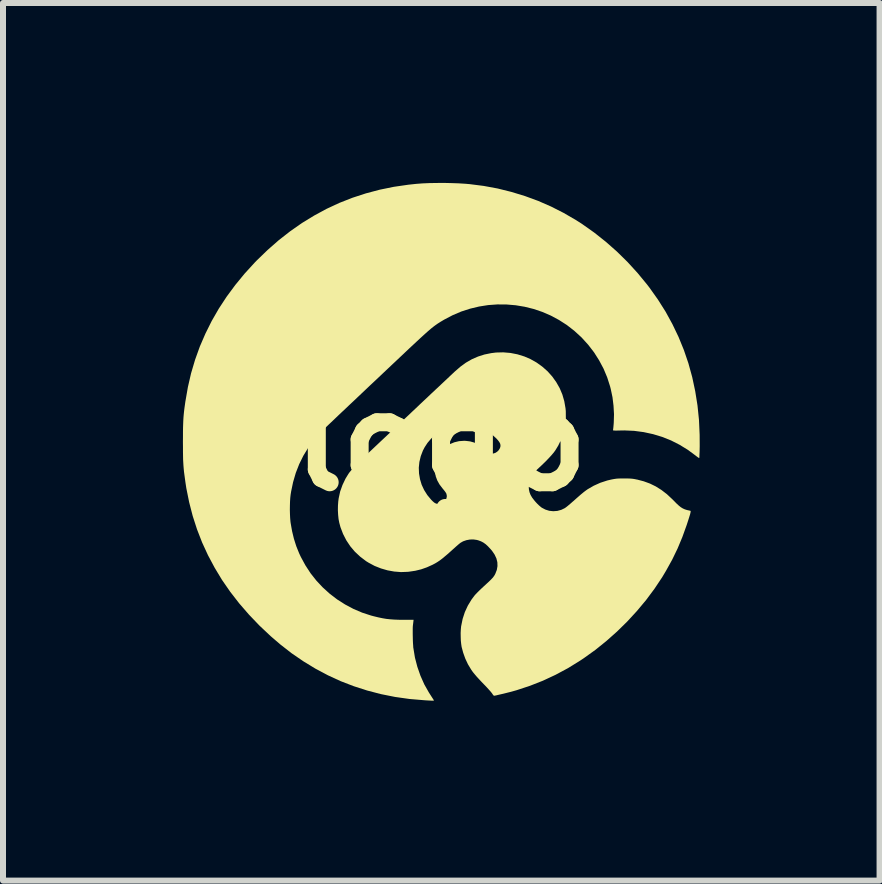
<source format=kicad_pcb>
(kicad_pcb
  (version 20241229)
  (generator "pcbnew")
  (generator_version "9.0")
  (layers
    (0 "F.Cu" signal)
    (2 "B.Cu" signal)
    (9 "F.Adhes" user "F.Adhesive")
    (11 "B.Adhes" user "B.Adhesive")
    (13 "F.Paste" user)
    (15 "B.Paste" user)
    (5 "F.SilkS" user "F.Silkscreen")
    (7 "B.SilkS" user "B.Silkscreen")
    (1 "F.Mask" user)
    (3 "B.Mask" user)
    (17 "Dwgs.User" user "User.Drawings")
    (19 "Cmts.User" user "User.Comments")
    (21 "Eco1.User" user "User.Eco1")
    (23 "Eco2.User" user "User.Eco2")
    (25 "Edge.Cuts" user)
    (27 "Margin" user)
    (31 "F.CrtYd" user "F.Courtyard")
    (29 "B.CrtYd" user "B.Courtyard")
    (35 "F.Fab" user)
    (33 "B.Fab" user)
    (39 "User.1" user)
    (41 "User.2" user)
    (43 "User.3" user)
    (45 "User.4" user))
  (footprint "logo"
    (layer "F.Cu")
    (at 4.304 4.313)
    (property "Reference" "logo" (at 0 0 0) (layer "F.SilkS") (effects (font (size 1.5 1.5) (thickness 0.3))))
    (attr board_only exclude_from_pos_files exclude_from_bom)
    (fp_poly (pts (xy 0.172 -4.31) (xy 0.292 -4.306) (xy 0.405 -4.299) (xy 0.475 -4.293) (xy 0.711 -4.263) (xy 0.944 -4.22) (xy 1.173 -4.163) (xy 1.399 -4.094) (xy 1.62 -4.013) (xy 1.835 -3.919) (xy 2.044 -3.813) (xy 2.247 -3.695) (xy 2.355 -3.626) (xy 2.554 -3.485) (xy 2.747 -3.332) (xy 2.933 -3.168) (xy 3.11 -2.994) (xy 3.278 -2.81) (xy 3.436 -2.618) (xy 3.478 -2.563) (xy 3.617 -2.367) (xy 3.744 -2.166) (xy 3.858 -1.958) (xy 3.96 -1.745) (xy 4.049 -1.527) (xy 4.125 -1.304) (xy 4.188 -1.075) (xy 4.238 -0.841) (xy 4.276 -0.603) (xy 4.301 -0.36) (xy 4.312 -0.112) (xy 4.313 0.075) (xy 4.312 0.125) (xy 4.311 0.172) (xy 4.309 0.211) (xy 4.308 0.243) (xy 4.307 0.265) (xy 4.305 0.275) (xy 4.305 0.275) (xy 4.299 0.273) (xy 4.284 0.263) (xy 4.263 0.248) (xy 4.244 0.233) (xy 4.114 0.137) (xy 3.977 0.053) (xy 3.835 -0.019) (xy 3.687 -0.078) (xy 3.535 -0.124) (xy 3.378 -0.158) (xy 3.219 -0.179) (xy 3.057 -0.186) (xy 2.998 -0.185) (xy 2.951 -0.184) (xy 2.917 -0.183) (xy 2.893 -0.184) (xy 2.878 -0.185) (xy 2.87 -0.187) (xy 2.867 -0.19) (xy 2.868 -0.192) (xy 2.869 -0.202) (xy 2.872 -0.224) (xy 2.875 -0.254) (xy 2.878 -0.29) (xy 2.88 -0.319) (xy 2.884 -0.456) (xy 2.876 -0.597) (xy 2.859 -0.738) (xy 2.83 -0.876) (xy 2.819 -0.919) (xy 2.771 -1.069) (xy 2.71 -1.215) (xy 2.636 -1.354) (xy 2.551 -1.488) (xy 2.454 -1.614) (xy 2.346 -1.733) (xy 2.338 -1.741) (xy 2.221 -1.848) (xy 2.097 -1.944) (xy 1.966 -2.028) (xy 1.83 -2.101) (xy 1.689 -2.162) (xy 1.544 -2.211) (xy 1.395 -2.248) (xy 1.245 -2.273) (xy 1.092 -2.286) (xy 0.939 -2.287) (xy 0.786 -2.276) (xy 0.634 -2.252) (xy 0.484 -2.216) (xy 0.336 -2.168) (xy 0.191 -2.106) (xy 0.05 -2.032) (xy 0.02 -2.014) (xy -0.007 -1.998) (xy -0.032 -1.982) (xy -0.056 -1.967) (xy -0.08 -1.95) (xy -0.104 -1.933) (xy -0.129 -1.914) (xy -0.156 -1.893) (xy -0.185 -1.868) (xy -0.218 -1.84) (xy -0.255 -1.807) (xy -0.297 -1.769) (xy -0.344 -1.726) (xy -0.398 -1.676) (xy -0.458 -1.62) (xy -0.527 -1.556) (xy -0.604 -1.483) (xy -0.69 -1.402) (xy -0.696 -1.396) (xy -0.831 -1.269) (xy -0.957 -1.15) (xy -1.073 -1.04) (xy -1.181 -0.939) (xy -1.28 -0.845) (xy -1.37 -0.76) (xy -1.453 -0.681) (xy -1.529 -0.61) (xy -1.597 -0.545) (xy -1.659 -0.487) (xy -1.714 -0.435) (xy -1.763 -0.388) (xy -1.807 -0.346) (xy -1.846 -0.309) (xy -1.88 -0.277) (xy -1.909 -0.249) (xy -1.935 -0.224) (xy -1.956 -0.203) (xy -1.975 -0.185) (xy -1.99 -0.17) (xy -2.003 -0.157) (xy -2.014 -0.146) (xy -2.022 -0.138) (xy -2.124 -0.022) (xy -2.215 0.103) (xy -2.296 0.236) (xy -2.365 0.376) (xy -2.422 0.522) (xy -2.467 0.676) (xy -2.5 0.834) (xy -2.508 0.884) (xy -2.514 0.937) (xy -2.518 0.999) (xy -2.52 1.068) (xy -2.521 1.139) (xy -2.519 1.21) (xy -2.516 1.275) (xy -2.511 1.333) (xy -2.508 1.356) (xy -2.484 1.493) (xy -2.453 1.621) (xy -2.414 1.744) (xy -2.366 1.863) (xy -2.337 1.925) (xy -2.262 2.063) (xy -2.176 2.195) (xy -2.079 2.318) (xy -1.972 2.432) (xy -1.856 2.537) (xy -1.732 2.632) (xy -1.6 2.716) (xy -1.461 2.79) (xy -1.316 2.852) (xy -1.166 2.901) (xy -1.12 2.913) (xy -1.046 2.931) (xy -0.979 2.945) (xy -0.915 2.956) (xy -0.851 2.963) (xy -0.783 2.968) (xy -0.708 2.971) (xy -0.636 2.972) (xy -0.458 2.972) (xy -0.462 3.007) (xy -0.465 3.032) (xy -0.468 3.056) (xy -0.469 3.064) (xy -0.471 3.086) (xy -0.472 3.119) (xy -0.472 3.161) (xy -0.472 3.209) (xy -0.471 3.259) (xy -0.47 3.31) (xy -0.468 3.358) (xy -0.465 3.4) (xy -0.463 3.435) (xy -0.461 3.445) (xy -0.435 3.603) (xy -0.395 3.756) (xy -0.343 3.905) (xy -0.279 4.049) (xy -0.202 4.185) (xy -0.173 4.23) (xy -0.154 4.26) (xy -0.137 4.286) (xy -0.125 4.305) (xy -0.119 4.316) (xy -0.118 4.317) (xy -0.121 4.319) (xy -0.131 4.32) (xy -0.149 4.32) (xy -0.176 4.319) (xy -0.214 4.317) (xy -0.265 4.314) (xy -0.277 4.313) (xy -0.525 4.292) (xy -0.766 4.258) (xy -1.001 4.211) (xy -1.231 4.151) (xy -1.455 4.079) (xy -1.673 3.995) (xy -1.886 3.897) (xy -2.093 3.787) (xy -2.295 3.664) (xy -2.492 3.529) (xy -2.683 3.38) (xy -2.84 3.245) (xy -3.028 3.068) (xy -3.203 2.885) (xy -3.366 2.697) (xy -3.515 2.505) (xy -3.652 2.307) (xy -3.775 2.103) (xy -3.886 1.895) (xy -3.984 1.682) (xy -4.069 1.463) (xy -4.141 1.24) (xy -4.2 1.011) (xy -4.247 0.778) (xy -4.262 0.68) (xy -4.271 0.614) (xy -4.279 0.555) (xy -4.286 0.502) (xy -4.291 0.451) (xy -4.295 0.401) (xy -4.298 0.351) (xy -4.301 0.297) (xy -4.302 0.237) (xy -4.303 0.17) (xy -4.303 0.094) (xy -4.304 0.006) (xy -4.304 -0.000001) (xy -4.303 -0.089) (xy -4.303 -0.166) (xy -4.302 -0.233) (xy -4.3 -0.292) (xy -4.298 -0.346) (xy -4.295 -0.397) (xy -4.291 -0.446) (xy -4.286 -0.495) (xy -4.28 -0.547) (xy -4.272 -0.604) (xy -4.263 -0.668) (xy -4.262 -0.673) (xy -4.221 -0.909) (xy -4.168 -1.139) (xy -4.101 -1.365) (xy -4.022 -1.585) (xy -3.929 -1.8) (xy -3.824 -2.011) (xy -3.706 -2.216) (xy -3.575 -2.416) (xy -3.431 -2.611) (xy -3.275 -2.801) (xy -3.105 -2.987) (xy -3.073 -3.02) (xy -2.892 -3.195) (xy -2.706 -3.358) (xy -2.514 -3.508) (xy -2.318 -3.645) (xy -2.115 -3.769) (xy -1.908 -3.881) (xy -1.695 -3.98) (xy -1.476 -4.066) (xy -1.252 -4.139) (xy -1.022 -4.2) (xy -0.787 -4.248) (xy -0.546 -4.283) (xy -0.416 -4.297) (xy -0.312 -4.305) (xy -0.197 -4.31) (xy -0.076 -4.312) (xy 0.048 -4.313)) (stroke (width 0) (type solid)) (fill yes) (layer "F.SilkS"))
    (fp_poly (pts (xy 1.156 -1.478) (xy 1.274 -1.455) (xy 1.39 -1.419) (xy 1.488 -1.377) (xy 1.593 -1.318) (xy 1.689 -1.249) (xy 1.777 -1.171) (xy 1.854 -1.085) (xy 1.921 -0.991) (xy 1.978 -0.891) (xy 2.023 -0.784) (xy 2.055 -0.673) (xy 2.075 -0.558) (xy 2.08 -0.51) (xy 2.081 -0.387) (xy 2.07 -0.268) (xy 2.045 -0.153) (xy 2.006 -0.041) (xy 1.954 0.067) (xy 1.906 0.146) (xy 1.879 0.183) (xy 1.841 0.228) (xy 1.794 0.279) (xy 1.74 0.335) (xy 1.678 0.395) (xy 1.61 0.458) (xy 1.602 0.466) (xy 1.553 0.514) (xy 1.516 0.56) (xy 1.489 0.605) (xy 1.472 0.653) (xy 1.464 0.704) (xy 1.462 0.746) (xy 1.465 0.797) (xy 1.475 0.844) (xy 1.492 0.888) (xy 1.518 0.933) (xy 1.555 0.981) (xy 1.577 1.007) (xy 1.604 1.036) (xy 1.633 1.064) (xy 1.66 1.087) (xy 1.679 1.102) (xy 1.74 1.134) (xy 1.804 1.154) (xy 1.871 1.161) (xy 1.939 1.156) (xy 2.005 1.138) (xy 2.061 1.111) (xy 2.076 1.101) (xy 2.1 1.083) (xy 2.129 1.059) (xy 2.162 1.031) (xy 2.197 1) (xy 2.207 0.992) (xy 2.256 0.948) (xy 2.296 0.913) (xy 2.329 0.884) (xy 2.357 0.861) (xy 2.38 0.842) (xy 2.401 0.826) (xy 2.42 0.812) (xy 2.44 0.798) (xy 2.444 0.795) (xy 2.546 0.736) (xy 2.655 0.687) (xy 2.771 0.649) (xy 2.834 0.634) (xy 2.869 0.627) (xy 2.899 0.622) (xy 2.928 0.618) (xy 2.96 0.616) (xy 2.997 0.615) (xy 3.045 0.615) (xy 3.052 0.615) (xy 3.101 0.615) (xy 3.14 0.616) (xy 3.172 0.618) (xy 3.201 0.621) (xy 3.231 0.626) (xy 3.265 0.633) (xy 3.268 0.633) (xy 3.379 0.662) (xy 3.483 0.7) (xy 3.581 0.748) (xy 3.675 0.807) (xy 3.766 0.877) (xy 3.856 0.961) (xy 3.882 0.987) (xy 3.926 1.032) (xy 3.965 1.068) (xy 3.999 1.095) (xy 4.032 1.115) (xy 4.065 1.13) (xy 4.1 1.141) (xy 4.113 1.144) (xy 4.136 1.149) (xy 4.153 1.153) (xy 4.16 1.155) (xy 4.162 1.159) (xy 4.162 1.169) (xy 4.159 1.186) (xy 4.153 1.212) (xy 4.142 1.247) (xy 4.128 1.292) (xy 4.11 1.348) (xy 4.096 1.391) (xy 4.024 1.591) (xy 3.944 1.783) (xy 3.854 1.969) (xy 3.752 2.153) (xy 3.687 2.262) (xy 3.559 2.454) (xy 3.419 2.642) (xy 3.267 2.824) (xy 3.105 3) (xy 2.935 3.167) (xy 2.756 3.326) (xy 2.571 3.475) (xy 2.38 3.612) (xy 2.32 3.652) (xy 2.118 3.777) (xy 1.911 3.888) (xy 1.699 3.987) (xy 1.483 4.072) (xy 1.262 4.145) (xy 1.167 4.172) (xy 1.126 4.182) (xy 1.083 4.193) (xy 1.039 4.204) (xy 0.995 4.214) (xy 0.956 4.223) (xy 0.923 4.231) (xy 0.898 4.236) (xy 0.883 4.238) (xy 0.882 4.238) (xy 0.876 4.233) (xy 0.864 4.219) (xy 0.853 4.202) (xy 0.841 4.186) (xy 0.821 4.162) (xy 0.795 4.133) (xy 0.765 4.1) (xy 0.732 4.065) (xy 0.718 4.051) (xy 0.669 4) (xy 0.629 3.957) (xy 0.595 3.92) (xy 0.567 3.887) (xy 0.542 3.857) (xy 0.52 3.828) (xy 0.499 3.797) (xy 0.499 3.797) (xy 0.448 3.712) (xy 0.404 3.618) (xy 0.369 3.52) (xy 0.343 3.423) (xy 0.336 3.375) (xy 0.33 3.318) (xy 0.328 3.255) (xy 0.327 3.191) (xy 0.33 3.131) (xy 0.335 3.078) (xy 0.336 3.075) (xy 0.36 2.957) (xy 0.397 2.843) (xy 0.447 2.735) (xy 0.509 2.633) (xy 0.56 2.565) (xy 0.577 2.546) (xy 0.602 2.52) (xy 0.633 2.489) (xy 0.667 2.456) (xy 0.704 2.422) (xy 0.713 2.413) (xy 0.759 2.371) (xy 0.796 2.337) (xy 0.825 2.309) (xy 0.847 2.286) (xy 0.865 2.267) (xy 0.878 2.249) (xy 0.89 2.232) (xy 0.9 2.214) (xy 0.905 2.204) (xy 0.93 2.14) (xy 0.941 2.076) (xy 0.939 2.012) (xy 0.923 1.948) (xy 0.893 1.884) (xy 0.85 1.821) (xy 0.826 1.793) (xy 0.783 1.747) (xy 0.744 1.711) (xy 0.706 1.684) (xy 0.668 1.664) (xy 0.626 1.648) (xy 0.597 1.64) (xy 0.541 1.632) (xy 0.482 1.633) (xy 0.423 1.644) (xy 0.368 1.663) (xy 0.324 1.688) (xy 0.31 1.699) (xy 0.288 1.717) (xy 0.259 1.742) (xy 0.226 1.772) (xy 0.19 1.804) (xy 0.169 1.823) (xy 0.112 1.874) (xy 0.062 1.916) (xy 0.019 1.952) (xy -0.021 1.982) (xy -0.06 2.008) (xy -0.098 2.031) (xy -0.14 2.053) (xy -0.144 2.055) (xy -0.237 2.097) (xy -0.331 2.13) (xy -0.43 2.154) (xy -0.537 2.17) (xy -0.561 2.172) (xy -0.669 2.176) (xy -0.781 2.167) (xy -0.892 2.147) (xy -1.002 2.115) (xy -1.108 2.073) (xy -1.207 2.02) (xy -1.248 1.995) (xy -1.347 1.92) (xy -1.436 1.837) (xy -1.513 1.746) (xy -1.579 1.647) (xy -1.634 1.54) (xy -1.677 1.427) (xy -1.697 1.353) (xy -1.709 1.291) (xy -1.716 1.221) (xy -1.72 1.146) (xy -1.719 1.071) (xy -1.714 0.999) (xy -1.707 0.947) (xy -1.682 0.832) (xy -1.643 0.723) (xy -1.593 0.618) (xy -1.546 0.541) (xy -1.531 0.519) (xy -1.512 0.496) (xy -1.491 0.47) (xy -1.464 0.44) (xy -1.46 0.436) (xy -0.371 0.436) (xy -0.367 0.532) (xy -0.351 0.627) (xy -0.323 0.72) (xy -0.282 0.808) (xy -0.229 0.892) (xy -0.166 0.968) (xy -0.136 0.998) (xy -0.111 1.019) (xy -0.089 1.031) (xy -0.067 1.038) (xy -0.042 1.039) (xy -0.031 1.039) (xy -0.004 1.036) (xy 0.016 1.03) (xy 0.035 1.018) (xy 0.041 1.013) (xy 0.071 0.982) (xy 0.09 0.947) (xy 0.097 0.909) (xy 0.09 0.872) (xy 0.087 0.865) (xy 0.079 0.851) (xy 0.064 0.829) (xy 0.044 0.804) (xy 0.024 0.78) (xy -0.026 0.714) (xy -0.063 0.648) (xy -0.088 0.58) (xy -0.1 0.509) (xy -0.102 0.434) (xy -0.092 0.357) (xy -0.071 0.288) (xy -0.038 0.222) (xy -0.028 0.206) (xy 0.024 0.14) (xy 0.083 0.085) (xy 0.149 0.042) (xy 0.221 0.012) (xy 0.3 -0.007) (xy 0.384 -0.013) (xy 0.412 -0.012) (xy 0.485 -0.003) (xy 0.552 0.016) (xy 0.616 0.046) (xy 0.679 0.088) (xy 0.73 0.131) (xy 0.765 0.161) (xy 0.794 0.182) (xy 0.819 0.194) (xy 0.843 0.2) (xy 0.869 0.2) (xy 0.871 0.199) (xy 0.904 0.189) (xy 0.936 0.169) (xy 0.963 0.142) (xy 0.982 0.11) (xy 0.99 0.084) (xy 0.991 0.058) (xy 0.985 0.033) (xy 0.971 0.007) (xy 0.949 -0.022) (xy 0.921 -0.053) (xy 0.847 -0.12) (xy 0.767 -0.176) (xy 0.681 -0.22) (xy 0.592 -0.252) (xy 0.499 -0.273) (xy 0.404 -0.281) (xy 0.309 -0.278) (xy 0.215 -0.263) (xy 0.122 -0.236) (xy 0.032 -0.197) (xy -0.053 -0.145) (xy -0.111 -0.102) (xy -0.17 -0.044) (xy -0.226 0.022) (xy -0.273 0.094) (xy -0.302 0.149) (xy -0.338 0.243) (xy -0.361 0.339) (xy -0.371 0.436) (xy -1.46 0.436) (xy -1.433 0.407) (xy -1.396 0.369) (xy -1.352 0.325) (xy -1.301 0.275) (xy -1.242 0.219) (xy -1.174 0.155) (xy -1.097 0.082) (xy -1.065 0.052) (xy -1.008 -0.002) (xy -0.945 -0.061) (xy -0.879 -0.123) (xy -0.813 -0.185) (xy -0.749 -0.245) (xy -0.69 -0.301) (xy -0.639 -0.349) (xy -0.638 -0.35) (xy -0.593 -0.393) (xy -0.54 -0.443) (xy -0.481 -0.499) (xy -0.417 -0.559) (xy -0.351 -0.622) (xy -0.284 -0.685) (xy -0.219 -0.746) (xy -0.157 -0.805) (xy -0.149 -0.812) (xy -0.093 -0.865) (xy -0.037 -0.917) (xy 0.017 -0.968) (xy 0.067 -1.015) (xy 0.114 -1.059) (xy 0.154 -1.097) (xy 0.188 -1.129) (xy 0.214 -1.153) (xy 0.224 -1.163) (xy 0.319 -1.246) (xy 0.415 -1.316) (xy 0.514 -1.373) (xy 0.617 -1.418) (xy 0.724 -1.452) (xy 0.837 -1.475) (xy 0.917 -1.485) (xy 1.037 -1.488)) (stroke (width 0) (type solid)) (fill yes) (layer "F.SilkS")))
  (gr_rect
    (start -3 -3)
    (end 11.616 11.633)
    (stroke (width 0.1) (type default))
    (fill no)
    (layer "Edge.Cuts")))
</source>
